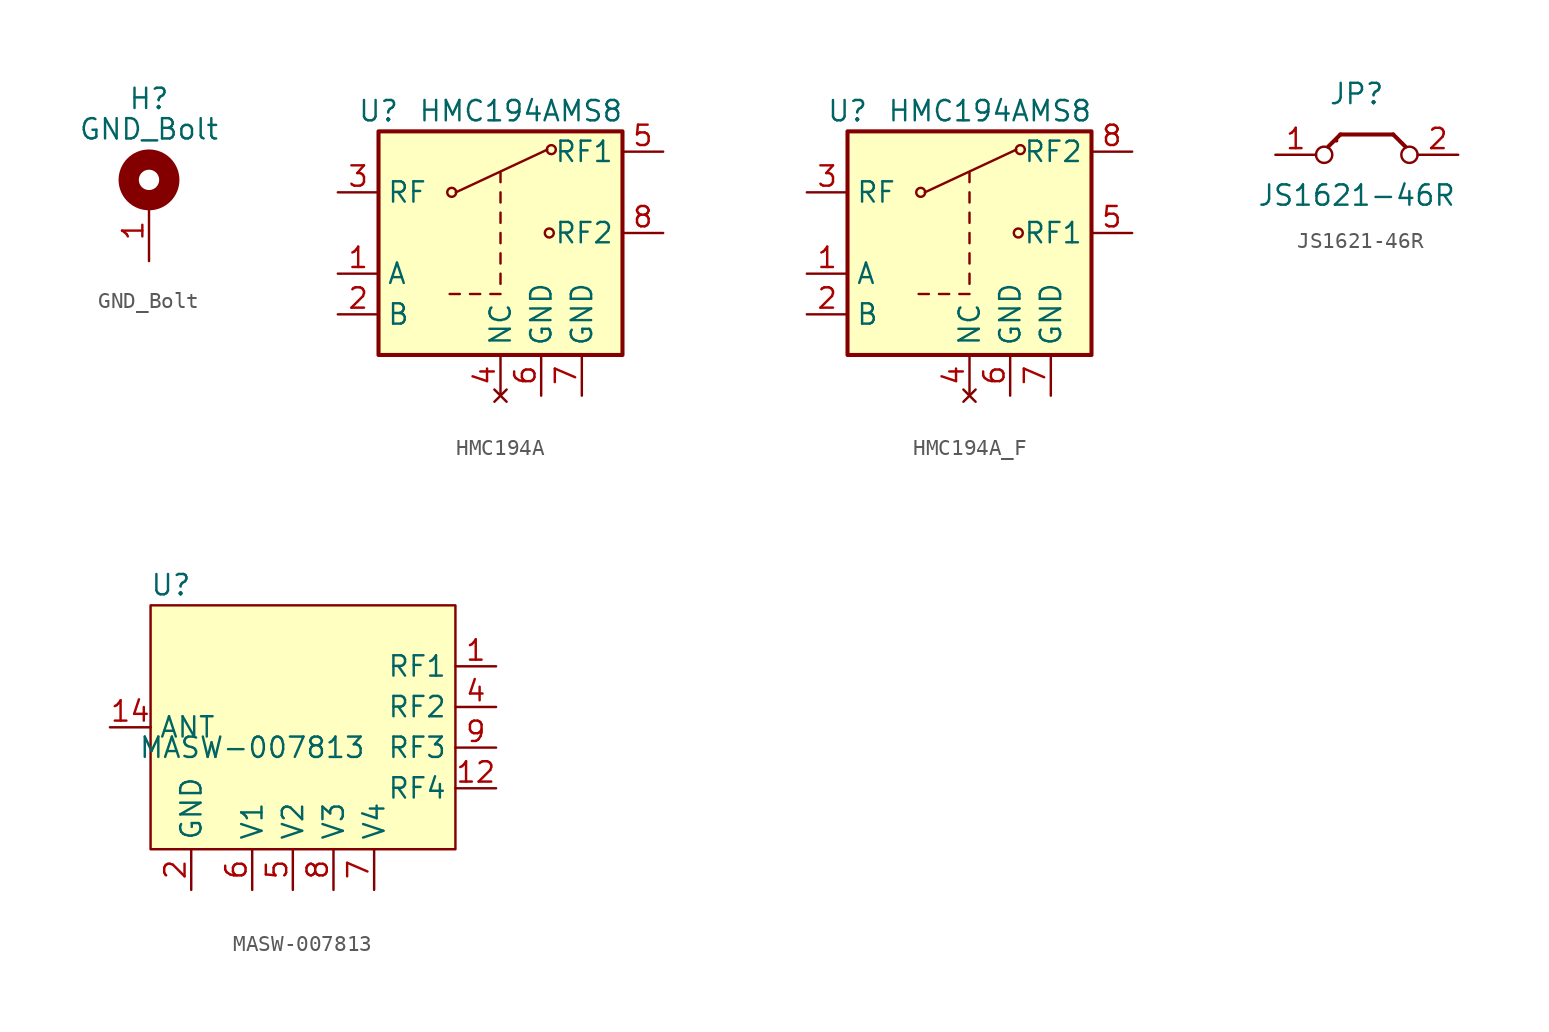
<source format=kicad_sym>
(kicad_symbol_lib
  (version 20231120)
  (generator "kicad_symbol_editor")
  (generator_version "8.0")
  (symbol "GND_Bolt"
    (pin_names
      (offset 1.016))
    (property "Reference" "H"
      (at 0 5.08 0)
      (effects (font (size 1.27 1.27))))
    (property "Value" "GND_Bolt"
      (at 0 3.175 0)
      (effects (font (size 1.27 1.27))))
    (symbol "GND_Bolt_0_1"
      (circle (center 0 0) (radius 1.27) (stroke (width 1.27) (type solid)) (fill (type none))))
    (symbol "GND_Bolt_1_1"
      (pin bidirectional line (at 0 -5.08 90) (length 3.81) (name "~" (effects (font (size 1.27 1.27)))) (number "1" (effects (font (size 1.27 1.27)))))))
  (symbol "HMC194A"
    (property "Reference" "U"
      (at -7.62 7.62 0)
      (effects (font (size 1.27 1.27))))
    (property "Value" "HMC194AMS8"
      (at 1.27 7.62 0)
      (effects (font (size 1.27 1.27))))
    (symbol "HMC194A_1_1"
      (rectangle (start -7.62 6.35) (end 7.62 -7.62) (stroke (width 0.254) (type default)) (fill (type background)))
      (circle (center -3.048 2.54) (radius 0.279) (stroke (width 0) (type default)) (fill (type none)))
      (polyline (pts (xy -3.175 -3.81) (xy -2.54 -3.81)) (stroke (width 0) (type default)) (fill (type none)))
      (polyline (pts (xy -2.794 2.54) (xy 2.921 5.207)) (stroke (width 0) (type default)) (fill (type none)))
      (polyline (pts (xy -1.905 -3.81) (xy -1.27 -3.81)) (stroke (width 0) (type default)) (fill (type none)))
      (polyline (pts (xy -0.635 -3.81) (xy 0 -3.81)) (stroke (width 0) (type default)) (fill (type none)))
      (polyline (pts (xy 0 -3.175) (xy 0 -2.54)) (stroke (width 0) (type default)) (fill (type none)))
      (polyline (pts (xy 0 -1.905) (xy 0 -1.27)) (stroke (width 0) (type default)) (fill (type none)))
      (polyline (pts (xy 0 -0.635) (xy 0 0)) (stroke (width 0) (type default)) (fill (type none)))
      (polyline (pts (xy 0 0.635) (xy 0 1.27)) (stroke (width 0) (type default)) (fill (type none)))
      (polyline (pts (xy 0 1.905) (xy 0 2.54)) (stroke (width 0) (type default)) (fill (type none)))
      (polyline (pts (xy 0 3.175) (xy 0 3.81)) (stroke (width 0) (type default)) (fill (type none)))
      (circle (center 3.048 0) (radius 0.279) (stroke (width 0) (type default)) (fill (type none)))
      (circle (center 3.175 5.207) (radius 0.279) (stroke (width 0) (type default)) (fill (type none)))
      (pin input line (at -10.16 -2.54 0) (length 2.54) (name "A" (effects (font (size 1.27 1.27)))) (number "1" (effects (font (size 1.27 1.27)))))
      (pin input line (at -10.16 -5.08 0) (length 2.54) (name "B" (effects (font (size 1.27 1.27)))) (number "2" (effects (font (size 1.27 1.27)))))
      (pin passive line (at -10.16 2.54 0) (length 2.54) (name "RF" (effects (font (size 1.27 1.27)))) (number "3" (effects (font (size 1.27 1.27)))))
      (pin no_connect line (at 0 -10.16 90) (length 2.54) (name "NC" (effects (font (size 1.27 1.27)))) (number "4" (effects (font (size 1.27 1.27)))))
      (pin passive line (at 10.16 5.08 180) (length 2.54) (name "RF1" (effects (font (size 1.27 1.27)))) (number "5" (effects (font (size 1.27 1.27)))))
      (pin power_in line (at 2.54 -10.16 90) (length 2.54) (name "GND" (effects (font (size 1.27 1.27)))) (number "6" (effects (font (size 1.27 1.27)))))
      (pin power_in line (at 5.08 -10.16 90) (length 2.54) (name "GND" (effects (font (size 1.27 1.27)))) (number "7" (effects (font (size 1.27 1.27)))))
      (pin passive line (at 10.16 0 180) (length 2.54) (name "RF2" (effects (font (size 1.27 1.27)))) (number "8" (effects (font (size 1.27 1.27)))))))
  (symbol "HMC194A_F"
    (property "Reference" "U"
      (at -7.62 7.62 0)
      (effects (font (size 1.27 1.27))))
    (property "Value" "HMC194AMS8"
      (at 1.27 7.62 0)
      (effects (font (size 1.27 1.27))))
    (symbol "HMC194A_F_1_1"
      (rectangle (start -7.62 6.35) (end 7.62 -7.62) (stroke (width 0.254) (type default)) (fill (type background)))
      (circle (center -3.048 2.54) (radius 0.279) (stroke (width 0) (type default)) (fill (type none)))
      (polyline (pts (xy -3.175 -3.81) (xy -2.54 -3.81)) (stroke (width 0) (type default)) (fill (type none)))
      (polyline (pts (xy -2.794 2.54) (xy 2.921 5.207)) (stroke (width 0) (type default)) (fill (type none)))
      (polyline (pts (xy -1.905 -3.81) (xy -1.27 -3.81)) (stroke (width 0) (type default)) (fill (type none)))
      (polyline (pts (xy -0.635 -3.81) (xy 0 -3.81)) (stroke (width 0) (type default)) (fill (type none)))
      (polyline (pts (xy 0 -3.175) (xy 0 -2.54)) (stroke (width 0) (type default)) (fill (type none)))
      (polyline (pts (xy 0 -1.905) (xy 0 -1.27)) (stroke (width 0) (type default)) (fill (type none)))
      (polyline (pts (xy 0 -0.635) (xy 0 0)) (stroke (width 0) (type default)) (fill (type none)))
      (polyline (pts (xy 0 0.635) (xy 0 1.27)) (stroke (width 0) (type default)) (fill (type none)))
      (polyline (pts (xy 0 1.905) (xy 0 2.54)) (stroke (width 0) (type default)) (fill (type none)))
      (polyline (pts (xy 0 3.175) (xy 0 3.81)) (stroke (width 0) (type default)) (fill (type none)))
      (circle (center 3.048 0) (radius 0.279) (stroke (width 0) (type default)) (fill (type none)))
      (circle (center 3.175 5.207) (radius 0.279) (stroke (width 0) (type default)) (fill (type none)))
      (pin input line (at -10.16 -2.54 0) (length 2.54) (name "A" (effects (font (size 1.27 1.27)))) (number "1" (effects (font (size 1.27 1.27)))))
      (pin input line (at -10.16 -5.08 0) (length 2.54) (name "B" (effects (font (size 1.27 1.27)))) (number "2" (effects (font (size 1.27 1.27)))))
      (pin passive line (at -10.16 2.54 0) (length 2.54) (name "RF" (effects (font (size 1.27 1.27)))) (number "3" (effects (font (size 1.27 1.27)))))
      (pin no_connect line (at 0 -10.16 90) (length 2.54) (name "NC" (effects (font (size 1.27 1.27)))) (number "4" (effects (font (size 1.27 1.27)))))
      (pin passive line (at 10.16 0 180) (length 2.54) (name "RF1" (effects (font (size 1.27 1.27)))) (number "5" (effects (font (size 1.27 1.27)))))
      (pin power_in line (at 2.54 -10.16 90) (length 2.54) (name "GND" (effects (font (size 1.27 1.27)))) (number "6" (effects (font (size 1.27 1.27)))))
      (pin power_in line (at 5.08 -10.16 90) (length 2.54) (name "GND" (effects (font (size 1.27 1.27)))) (number "7" (effects (font (size 1.27 1.27)))))
      (pin passive line (at 10.16 5.08 180) (length 2.54) (name "RF2" (effects (font (size 1.27 1.27)))) (number "8" (effects (font (size 1.27 1.27)))))))
  (symbol "JS1621-46R"
    (pin_names
      (offset 0) hide)
    (property "Reference" "JP"
      (at 0 3.81 0)
      (effects (font (size 1.27 1.27))))
    (property "Value" "JS1621-46R"
      (at 0 -2.54 0)
      (effects (font (size 1.27 1.27))))
    (symbol "JS1621-46R_0_0"
      (circle (center -2.032 0) (radius 0.508) (stroke (width 0) (type solid)) (fill (type none)))
      (circle (center 3.302 0) (radius 0.508) (stroke (width 0) (type solid)) (fill (type none))))
    (symbol "JS1621-46R_0_1"
      (polyline (pts (xy -1.778 0.508) (xy -1.016 1.27)) (stroke (width 0.254) (type solid)) (fill (type none)))
      (polyline (pts (xy -1.27 0.889) (xy -1.27 0.889)) (stroke (width 0.254) (type solid)) (fill (type none))))
    (symbol "JS1621-46R_1_1"
      (polyline (pts (xy 2.286 1.27) (xy -1.016 1.27)) (stroke (width 0.254) (type solid)) (fill (type none)))
      (polyline (pts (xy 3.048 0.508) (xy 2.286 1.27)) (stroke (width 0.254) (type solid)) (fill (type none)))
      (pin passive line (at -5.08 0 0) (length 2.54) (name "A" (effects (font (size 1.27 1.27)))) (number "1" (effects (font (size 1.27 1.27)))))
      (pin passive line (at 6.35 0 180) (length 2.54) (name "B" (effects (font (size 1.27 1.27)))) (number "2" (effects (font (size 1.27 1.27)))))))
  (symbol "MASW-007813"
    (property "Reference" "U"
      (at -7.62 8.89 0)
      (effects (font (size 1.27 1.27))))
    (property "Value" "MASW-007813"
      (at -2.54 -1.27 0)
      (effects (font (size 1.27 1.27))))
    (symbol "MASW-007813_1_1"
      (rectangle (start -8.89 7.62) (end 10.16 -7.62) (stroke (width 0) (type default)) (fill (type background)))
      (pin passive line (at 12.7 3.81 180) (length 2.54) (name "RF1" (effects (font (size 1.27 1.27)))) (number "1" (effects (font (size 1.27 1.27)))))
      (pin passive line (at -6.35 -10.16 90) (length 2.54) hide (name "GND" (effects (font (size 1.27 1.27)))) (number "10" (effects (font (size 1.27 1.27)))))
      (pin passive line (at -6.35 -10.16 90) (length 2.54) hide (name "GND" (effects (font (size 1.27 1.27)))) (number "11" (effects (font (size 1.27 1.27)))))
      (pin passive line (at 12.7 -3.81 180) (length 2.54) (name "RF4" (effects (font (size 1.27 1.27)))) (number "12" (effects (font (size 1.27 1.27)))))
      (pin passive line (at -6.35 -10.16 90) (length 2.54) hide (name "GND" (effects (font (size 1.27 1.27)))) (number "13" (effects (font (size 1.27 1.27)))))
      (pin passive line (at -11.43 0 0) (length 2.54) (name "ANT" (effects (font (size 1.27 1.27)))) (number "14" (effects (font (size 1.27 1.27)))))
      (pin passive line (at -6.35 -10.16 90) (length 2.54) hide (name "GND" (effects (font (size 1.27 1.27)))) (number "15" (effects (font (size 1.27 1.27)))))
      (pin passive line (at -6.35 -10.16 90) (length 2.54) hide (name "GND" (effects (font (size 1.27 1.27)))) (number "16" (effects (font (size 1.27 1.27)))))
      (pin passive line (at -6.35 -10.16 90) (length 2.54) (name "GND" (effects (font (size 1.27 1.27)))) (number "2" (effects (font (size 1.27 1.27)))))
      (pin passive line (at -6.35 -10.16 90) (length 2.54) hide (name "GND" (effects (font (size 1.27 1.27)))) (number "3" (effects (font (size 1.27 1.27)))))
      (pin passive line (at 12.7 1.27 180) (length 2.54) (name "RF2" (effects (font (size 1.27 1.27)))) (number "4" (effects (font (size 1.27 1.27)))))
      (pin input line (at 0 -10.16 90) (length 2.54) (name "V2" (effects (font (size 1.27 1.27)))) (number "5" (effects (font (size 1.27 1.27)))))
      (pin input line (at -2.54 -10.16 90) (length 2.54) (name "V1" (effects (font (size 1.27 1.27)))) (number "6" (effects (font (size 1.27 1.27)))))
      (pin input line (at 5.08 -10.16 90) (length 2.54) (name "V4" (effects (font (size 1.27 1.27)))) (number "7" (effects (font (size 1.27 1.27)))))
      (pin input line (at 2.54 -10.16 90) (length 2.54) (name "V3" (effects (font (size 1.27 1.27)))) (number "8" (effects (font (size 1.27 1.27)))))
      (pin passive line (at 12.7 -1.27 180) (length 2.54) (name "RF3" (effects (font (size 1.27 1.27)))) (number "9" (effects (font (size 1.27 1.27))))))))
</source>
